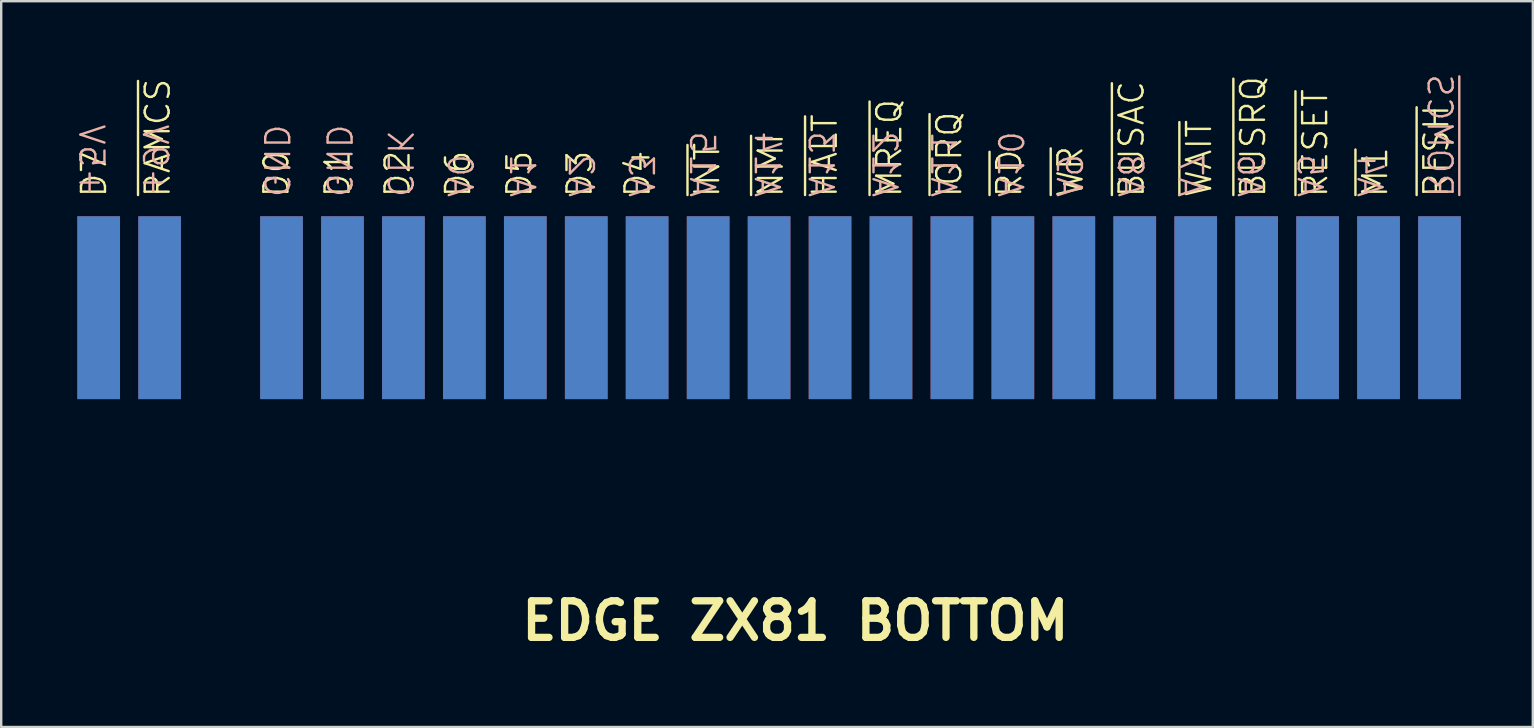
<source format=kicad_pcb>
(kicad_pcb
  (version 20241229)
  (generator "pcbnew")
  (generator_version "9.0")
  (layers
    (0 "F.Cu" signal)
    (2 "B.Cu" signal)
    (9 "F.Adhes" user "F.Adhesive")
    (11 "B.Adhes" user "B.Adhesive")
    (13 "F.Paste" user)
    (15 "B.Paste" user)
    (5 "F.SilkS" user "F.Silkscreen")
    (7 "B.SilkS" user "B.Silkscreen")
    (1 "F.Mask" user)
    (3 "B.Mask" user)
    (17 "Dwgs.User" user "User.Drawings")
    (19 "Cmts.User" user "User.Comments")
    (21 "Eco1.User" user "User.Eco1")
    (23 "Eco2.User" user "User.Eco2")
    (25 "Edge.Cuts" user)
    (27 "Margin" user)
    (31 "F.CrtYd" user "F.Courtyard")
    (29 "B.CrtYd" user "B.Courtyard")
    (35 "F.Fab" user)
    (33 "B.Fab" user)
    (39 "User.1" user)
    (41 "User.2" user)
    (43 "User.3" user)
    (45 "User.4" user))
  (footprint "EDGE ZX81 BOTTOM"
    (layer "F.Cu")
    (at 30.298 9.774)
    (property "Reference" "EDGE ZX81 BOTTOM" (at -0.2 13.05 0) (layer "F.SilkS") (effects (font (size 1.524 1.524) (thickness 0.305))))
    (attr through_hole)
    (fp_text user "~{RAMCS}" (at -26.776 -4.531 90) (unlocked yes) (layer "F.SilkS") (effects (font (size 1 1) (thickness 0.1)) (justify left)))
    (fp_text user "D3" (at -9.197 -4.531 90) (unlocked yes) (layer "F.SilkS") (effects (font (size 1 1) (thickness 0.1)) (justify left)))
    (fp_text user "~{HALT}" (at 1.024 -4.531 90) (unlocked yes) (layer "F.SilkS") (effects (font (size 1 1) (thickness 0.1)) (justify left)))
    (fp_text user "~{RFSH}" (at 26.512 -4.531 90) (unlocked yes) (layer "F.SilkS") (effects (font (size 1 1) (thickness 0.1)) (justify left)))
    (fp_text user "D1" (at -19.281 -4.531 90) (unlocked yes) (layer "F.SilkS") (effects (font (size 1 1) (thickness 0.1)) (justify left)))
    (fp_text user "D2" (at -16.781 -4.531 90) (unlocked yes) (layer "F.SilkS") (effects (font (size 1 1) (thickness 0.1)) (justify left)))
    (fp_text user "~{INT}" (at -3.876 -4.531 90) (unlocked yes) (layer "F.SilkS") (effects (font (size 1 1) (thickness 0.1)) (justify left)))
    (fp_text user "~{WR}" (at 11.262 -4.531 90) (unlocked yes) (layer "F.SilkS") (effects (font (size 1 1) (thickness 0.1)) (justify left)))
    (fp_text user "~{MREQ}" (at 3.712 -4.531 90) (unlocked yes) (layer "F.SilkS") (effects (font (size 1 1) (thickness 0.1)) (justify left)))
    (fp_text user "D0" (at -21.831 -4.531 90) (unlocked yes) (layer "F.SilkS") (effects (font (size 1 1) (thickness 0.1)) (justify left)))
    (fp_text user "D5" (at -11.703 -4.531 90) (unlocked yes) (layer "F.SilkS") (effects (font (size 1 1) (thickness 0.1)) (justify left)))
    (fp_text user "~{M1}" (at 23.962 -4.531 90) (unlocked yes) (layer "F.SilkS") (effects (font (size 1 1) (thickness 0.1)) (justify left)))
    (fp_text user "D4" (at -6.781 -4.531 90) (unlocked yes) (layer "F.SilkS") (effects (font (size 1 1) (thickness 0.1)) (justify left)))
    (fp_text user "~{WAIT}" (at 16.624 -4.531 90) (unlocked yes) (layer "F.SilkS") (effects (font (size 1 1) (thickness 0.1)) (justify left)))
    (fp_text user "~{BUSAC}" (at 13.812 -4.531 90) (unlocked yes) (layer "F.SilkS") (effects (font (size 1 1) (thickness 0.1)) (justify left)))
    (fp_text user "~{RD}" (at 8.712 -4.531 90) (unlocked yes) (layer "F.SilkS") (effects (font (size 1 1) (thickness 0.1)) (justify left)))
    (fp_text user "~{IORQ}" (at 6.212 -4.531 90) (unlocked yes) (layer "F.SilkS") (effects (font (size 1 1) (thickness 0.1)) (justify left)))
    (fp_text user "D6" (at -14.26 -4.531 90) (unlocked yes) (layer "F.SilkS") (effects (font (size 1 1) (thickness 0.1)) (justify left)))
    (fp_text user "D7" (at -29.431 -4.531 90) (unlocked yes) (layer "F.SilkS") (effects (font (size 1 1) (thickness 0.1)) (justify left)))
    (fp_text user "~{BUSRQ}" (at 18.874 -4.531 90) (unlocked yes) (layer "F.SilkS") (effects (font (size 1 1) (thickness 0.1)) (justify left)))
    (fp_text user "~{RESET}" (at 21.462 -4.531 90) (unlocked yes) (layer "F.SilkS") (effects (font (size 1 1) (thickness 0.1)) (justify left)))
    (fp_text user "~{NMI}" (at -1.226 -4.531 90) (unlocked yes) (layer "F.SilkS") (effects (font (size 1 1) (thickness 0.1)) (justify left)))
    (fp_text user "~{ROMCS}" (at 26.65 -4.531 270) (unlocked yes) (layer "B.SilkS") (effects (font (size 1 1) (thickness 0.1)) (justify left mirror)))
    (fp_text user "A11" (at 5.962 -4.531 270) (unlocked yes) (layer "B.SilkS") (effects (font (size 1 1) (thickness 0.1)) (justify left mirror)))
    (fp_text user "A7" (at 16.248 -4.531 270) (unlocked yes) (layer "B.SilkS") (effects (font (size 1 1) (thickness 0.1)) (justify left mirror)))
    (fp_text user "A1" (at -11.588 -4.531 270) (unlocked yes) (layer "B.SilkS") (effects (font (size 1 1) (thickness 0.1)) (justify left mirror)))
    (fp_text user "+5V" (at -29.538 -4.531 270) (unlocked yes) (layer "B.SilkS") (effects (font (size 1 1) (thickness 0.1)) (justify left mirror)))
    (fp_text user "A3" (at -6.638 -4.531 270) (unlocked yes) (layer "B.SilkS") (effects (font (size 1 1) (thickness 0.1)) (justify left mirror)))
    (fp_text user "A2" (at -9.138 -4.531 270) (unlocked yes) (layer "B.SilkS") (effects (font (size 1 1) (thickness 0.1)) (justify left mirror)))
    (fp_text user "+9V" (at -26.888 -4.531 270) (unlocked yes) (layer "B.SilkS") (effects (font (size 1 1) (thickness 0.1)) (justify left mirror)))
    (fp_text user "GND" (at -21.838 -4.531 270) (unlocked yes) (layer "B.SilkS") (effects (font (size 1 1) (thickness 0.1)) (justify left mirror)))
    (fp_text user "GND" (at -19.238 -4.531 270) (unlocked yes) (layer "B.SilkS") (effects (font (size 1 1) (thickness 0.1)) (justify left mirror)))
    (fp_text user "A15" (at -4.088 -4.531 270) (unlocked yes) (layer "B.SilkS") (effects (font (size 1 1) (thickness 0.1)) (justify left mirror)))
    (fp_text user "A13" (at 0.856 -4.531 270) (unlocked yes) (layer "B.SilkS") (effects (font (size 1 1) (thickness 0.1)) (justify left mirror)))
    (fp_text user "A4" (at 23.728 -4.531 270) (unlocked yes) (layer "B.SilkS") (effects (font (size 1 1) (thickness 0.1)) (justify left mirror)))
    (fp_text user "A5" (at 21.235 -4.531 270) (unlocked yes) (layer "B.SilkS") (effects (font (size 1 1) (thickness 0.1)) (justify left mirror)))
    (fp_text user "A12" (at 3.512 -4.531 270) (unlocked yes) (layer "B.SilkS") (effects (font (size 1 1) (thickness 0.1)) (justify left mirror)))
    (fp_text user "A10" (at 8.75 -4.531 270) (unlocked yes) (layer "B.SilkS") (effects (font (size 1 1) (thickness 0.1)) (justify left mirror)))
    (fp_text user "A14" (at -1.388 -4.531 270) (unlocked yes) (layer "B.SilkS") (effects (font (size 1 1) (thickness 0.1)) (justify left mirror)))
    (fp_text user "A9" (at 11.2 -4.531 270) (unlocked yes) (layer "B.SilkS") (effects (font (size 1 1) (thickness 0.1)) (justify left mirror)))
    (fp_text user "CLK" (at -16.688 -4.531 270) (unlocked yes) (layer "B.SilkS") (effects (font (size 1 1) (thickness 0.1)) (justify left mirror)))
    (fp_text user "A8" (at 13.762 -4.531 270) (unlocked yes) (layer "B.SilkS") (effects (font (size 1 1) (thickness 0.1)) (justify left mirror)))
    (fp_text user "A0" (at -14.188 -4.531 270) (unlocked yes) (layer "B.SilkS") (effects (font (size 1 1) (thickness 0.1)) (justify left mirror)))
    (fp_text user "A6" (at 18.741 -4.531 270) (unlocked yes) (layer "B.SilkS") (effects (font (size 1 1) (thickness 0.1)) (justify left mirror)))
    (pad "A3" connect rect (at -29.235 0 180) (size 1.778 7.62) (layers "B.Cu" "B.Mask"))
    (pad "A4" connect rect (at -26.695 0 180) (size 1.778 7.62) (layers "B.Cu" "B.Mask"))
    (pad "A6" connect rect (at -21.615 0 180) (size 1.778 7.62) (layers "B.Cu" "B.Mask"))
    (pad "A7" connect rect (at -19.075 0 180) (size 1.778 7.62) (layers "B.Cu" "B.Mask"))
    (pad "A8" connect rect (at -16.535 0 180) (size 1.778 7.62) (layers "B.Cu" "B.Mask"))
    (pad "A9" connect rect (at -13.995 0 180) (size 1.778 7.62) (layers "B.Cu" "B.Mask"))
    (pad "A10" connect rect (at -11.455 0 180) (size 1.778 7.62) (layers "B.Cu" "B.Mask"))
    (pad "A11" connect rect (at -8.915 0 180) (size 1.778 7.62) (layers "B.Cu" "B.Mask"))
    (pad "A12" connect rect (at -6.375 0 180) (size 1.778 7.62) (layers "B.Cu" "B.Mask"))
    (pad "A13" connect rect (at -3.835 0 180) (size 1.778 7.62) (layers "B.Cu" "B.Mask"))
    (pad "A14" connect rect (at -1.295 0 180) (size 1.778 7.62) (layers "B.Cu" "B.Mask"))
    (pad "A15" connect rect (at 1.245 0 180) (size 1.778 7.62) (layers "B.Cu" "B.Mask"))
    (pad "A16" connect rect (at 3.785 0 180) (size 1.778 7.62) (layers "B.Cu" "B.Mask"))
    (pad "A17" connect rect (at 6.325 0 180) (size 1.778 7.62) (layers "B.Cu" "B.Mask"))
    (pad "A18" connect rect (at 8.865 0 180) (size 1.778 7.62) (layers "B.Cu" "B.Mask"))
    (pad "A19" connect rect (at 11.405 0 180) (size 1.778 7.62) (layers "B.Cu" "B.Mask"))
    (pad "A20" connect rect (at 13.945 0 180) (size 1.778 7.62) (layers "B.Cu" "B.Mask"))
    (pad "A21" connect rect (at 16.485 0 180) (size 1.778 7.62) (layers "B.Cu" "B.Mask"))
    (pad "A22" connect rect (at 19.025 0 180) (size 1.778 7.62) (layers "B.Cu" "B.Mask"))
    (pad "A23" connect rect (at 21.565 0 180) (size 1.778 7.62) (layers "B.Cu" "B.Mask"))
    (pad "A24" connect rect (at 24.105 0 180) (size 1.778 7.62) (layers "B.Cu" "B.Mask"))
    (pad "A25" connect rect (at 26.645 0 180) (size 1.778 7.62) (layers "B.Cu" "B.Mask"))
    (pad "B3" connect rect (at -29.235 0 180) (size 1.778 7.62) (layers "F.Cu" "F.Mask"))
    (pad "B4" connect rect (at -26.695 0 180) (size 1.778 7.62) (layers "F.Cu" "F.Mask"))
    (pad "B6" connect rect (at -21.615 0 180) (size 1.778 7.62) (layers "F.Cu" "F.Mask"))
    (pad "B7" connect rect (at -19.075 0 180) (size 1.778 7.62) (layers "F.Cu" "F.Mask"))
    (pad "B8" connect rect (at -16.535 0 180) (size 1.778 7.62) (layers "F.Cu" "F.Mask"))
    (pad "B9" connect rect (at -13.995 0 180) (size 1.778 7.62) (layers "F.Cu" "F.Mask"))
    (pad "B10" connect rect (at -11.455 0 180) (size 1.778 7.62) (layers "F.Cu" "F.Mask"))
    (pad "B11" connect rect (at -8.915 0 180) (size 1.778 7.62) (layers "F.Cu" "F.Mask"))
    (pad "B12" connect rect (at -6.385 0 180) (size 1.778 7.62) (layers "F.Cu" "F.Mask"))
    (pad "B13" connect rect (at -3.835 0 180) (size 1.778 7.62) (layers "F.Cu" "F.Mask"))
    (pad "B14" connect rect (at -1.295 0 180) (size 1.778 7.62) (layers "F.Cu" "F.Mask"))
    (pad "B15" connect rect (at 1.245 0 180) (size 1.778 7.62) (layers "F.Cu" "F.Mask"))
    (pad "B16" connect rect (at 3.785 0 180) (size 1.778 7.62) (layers "F.Cu" "F.Mask"))
    (pad "B17" connect rect (at 6.325 0 180) (size 1.778 7.62) (layers "F.Cu" "F.Mask"))
    (pad "B18" connect rect (at 8.865 0 180) (size 1.778 7.62) (layers "F.Cu" "F.Mask"))
    (pad "B19" connect rect (at 11.405 0 180) (size 1.778 7.62) (layers "F.Cu" "F.Mask"))
    (pad "B20" connect rect (at 13.945 0 180) (size 1.778 7.62) (layers "F.Cu" "F.Mask"))
    (pad "B21" connect rect (at 16.485 0 180) (size 1.778 7.62) (layers "F.Cu" "F.Mask"))
    (pad "B22" connect rect (at 19.025 0 180) (size 1.778 7.62) (layers "F.Cu" "F.Mask"))
    (pad "B23" connect rect (at 21.565 0 180) (size 1.778 7.62) (layers "F.Cu" "F.Mask"))
    (pad "B24" connect rect (at 24.105 0 180) (size 1.778 7.62) (layers "F.Cu" "F.Mask"))
    (pad "B25" connect rect (at 26.645 0 180) (size 1.778 7.62) (layers "F.Cu" "F.Mask")))
  (gr_rect
    (start -3 -3)
    (end 60.833 27.25)
    (stroke (width 0.1) (type default))
    (fill no)
    (layer "Edge.Cuts")))
</source>
